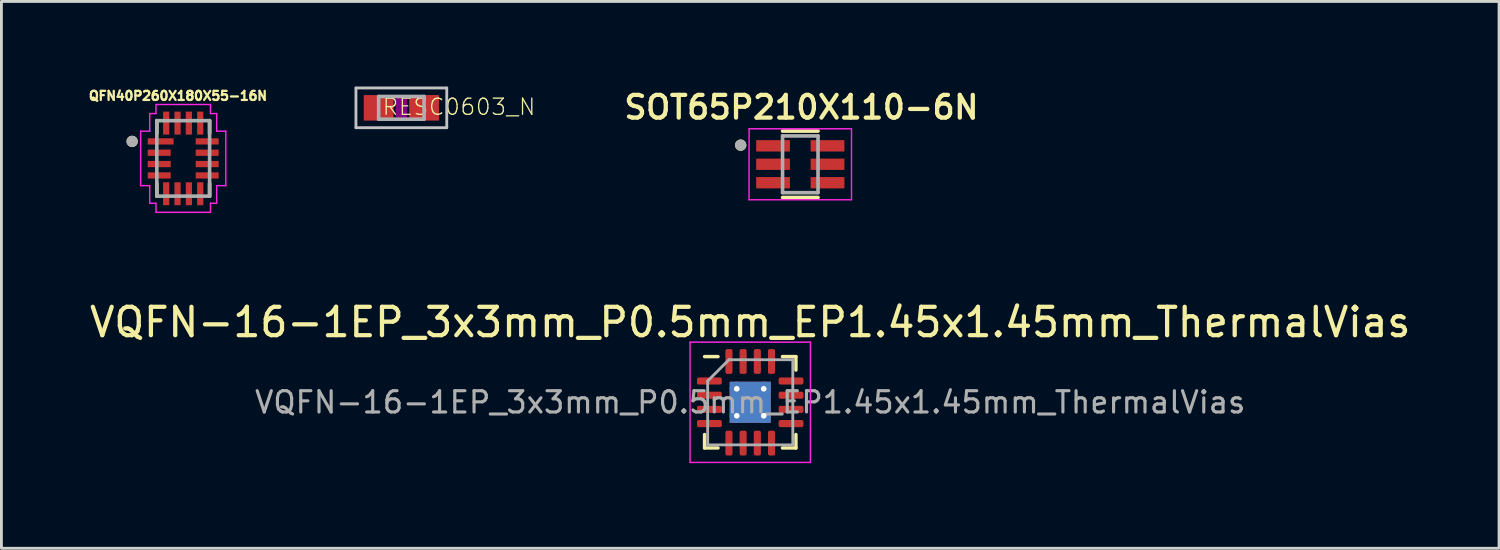
<source format=kicad_pcb>
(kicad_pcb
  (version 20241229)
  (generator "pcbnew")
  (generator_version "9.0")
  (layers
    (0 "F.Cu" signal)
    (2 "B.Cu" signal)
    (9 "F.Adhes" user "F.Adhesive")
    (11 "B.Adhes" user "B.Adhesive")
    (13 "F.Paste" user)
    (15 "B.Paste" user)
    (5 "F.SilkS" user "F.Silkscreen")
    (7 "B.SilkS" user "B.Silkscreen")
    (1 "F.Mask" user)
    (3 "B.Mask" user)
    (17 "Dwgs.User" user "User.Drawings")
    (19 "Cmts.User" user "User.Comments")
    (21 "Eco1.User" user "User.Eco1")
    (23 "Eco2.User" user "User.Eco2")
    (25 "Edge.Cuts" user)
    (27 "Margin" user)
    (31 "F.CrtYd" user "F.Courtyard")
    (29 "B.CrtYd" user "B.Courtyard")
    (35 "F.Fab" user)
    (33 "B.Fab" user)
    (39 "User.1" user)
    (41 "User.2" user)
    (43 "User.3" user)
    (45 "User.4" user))
  (footprint "SOT65P210X110-6N"
    (layer "F.Cu")
    (at 25.151 2.739)
    (property "Reference" "SOT65P210X110-6N" (at 0.04 -2.008 0) (layer "F.SilkS") (effects (font (size 0.8 0.8) (thickness 0.15))))
    (attr through_hole)
    (fp_line (start -0.625 -1.17) (end 0.625 -1.17) (stroke (width 0.127) (type solid)) (layer "F.SilkS"))
    (fp_line (start -0.625 1.17) (end 0.625 1.17) (stroke (width 0.127) (type solid)) (layer "F.SilkS"))
    (fp_circle (center -2.1 -0.675) (end -2 -0.675) (stroke (width 0.2) (type solid)) (fill no) (layer "F.SilkS"))
    (fp_line (start -1.805 -1.25) (end -1.805 1.25) (stroke (width 0.05) (type solid)) (layer "F.CrtYd"))
    (fp_line (start -1.805 1.25) (end 1.805 1.25) (stroke (width 0.05) (type solid)) (layer "F.CrtYd"))
    (fp_line (start 1.805 -1.25) (end -1.805 -1.25) (stroke (width 0.05) (type solid)) (layer "F.CrtYd"))
    (fp_line (start 1.805 1.25) (end 1.805 -1.25) (stroke (width 0.05) (type solid)) (layer "F.CrtYd"))
    (fp_line (start -0.625 -1) (end -0.625 1) (stroke (width 0.127) (type solid)) (layer "F.Fab"))
    (fp_line (start -0.625 1) (end 0.625 1) (stroke (width 0.127) (type solid)) (layer "F.Fab"))
    (fp_line (start 0.625 -1) (end -0.625 -1) (stroke (width 0.127) (type solid)) (layer "F.Fab"))
    (fp_line (start 0.625 1) (end 0.625 -1) (stroke (width 0.127) (type solid)) (layer "F.Fab"))
    (fp_circle (center -2.1 -0.675) (end -2 -0.675) (stroke (width 0.2) (type solid)) (fill no) (layer "F.Fab"))
    (pad "1" smd roundrect (at -0.96 -0.65) (size 1.19 0.4) (layers "F.Cu" "F.Mask" "F.Paste") (roundrect_rratio 0.05))
    (pad "2" smd roundrect (at -0.96 0) (size 1.19 0.4) (layers "F.Cu" "F.Mask" "F.Paste") (roundrect_rratio 0.05))
    (pad "3" smd roundrect (at -0.96 0.65) (size 1.19 0.4) (layers "F.Cu" "F.Mask" "F.Paste") (roundrect_rratio 0.05))
    (pad "4" smd roundrect (at 0.96 0.65) (size 1.19 0.4) (layers "F.Cu" "F.Mask" "F.Paste") (roundrect_rratio 0.05))
    (pad "5" smd roundrect (at 0.96 0) (size 1.19 0.4) (layers "F.Cu" "F.Mask" "F.Paste") (roundrect_rratio 0.05))
    (pad "6" smd roundrect (at 0.96 -0.65) (size 1.19 0.4) (layers "F.Cu" "F.Mask" "F.Paste") (roundrect_rratio 0.05)))
  (footprint "QFN40P260X180X55-16N"
    (layer "F.Cu")
    (at 3.406 2.532)
    (property "Reference" "QFN40P260X180X55-16N" (at -0.184 -2.205 0) (layer "F.SilkS") (effects (font (size 0.32 0.32) (thickness 0.15))))
    (attr smd)
    (fp_line (start -0.93 -1.33) (end -0.93 -0.88) (stroke (width 0.127) (type solid)) (layer "F.SilkS"))
    (fp_line (start -0.93 0.88) (end -0.93 1.33) (stroke (width 0.127) (type solid)) (layer "F.SilkS"))
    (fp_line (start 0.93 -1.33) (end 0.93 -0.88) (stroke (width 0.127) (type solid)) (layer "F.SilkS"))
    (fp_line (start 0.93 1.33) (end 0.93 0.88) (stroke (width 0.127) (type solid)) (layer "F.SilkS"))
    (fp_circle (center -1.8 -0.6) (end -1.7 -0.6) (stroke (width 0.2) (type solid)) (fill no) (layer "F.SilkS"))
    (fp_line (start -1.5 -0.96) (end -1.18 -0.96) (stroke (width 0.05) (type solid)) (layer "F.CrtYd"))
    (fp_line (start -1.5 0.96) (end -1.5 -0.96) (stroke (width 0.05) (type solid)) (layer "F.CrtYd"))
    (fp_line (start -1.5 0.96) (end -1.18 0.96) (stroke (width 0.05) (type solid)) (layer "F.CrtYd"))
    (fp_line (start -1.18 -1.58) (end -0.96 -1.58) (stroke (width 0.05) (type solid)) (layer "F.CrtYd"))
    (fp_line (start -1.18 -0.96) (end -1.18 -1.58) (stroke (width 0.05) (type solid)) (layer "F.CrtYd"))
    (fp_line (start -1.18 0.96) (end -1.18 1.58) (stroke (width 0.05) (type solid)) (layer "F.CrtYd"))
    (fp_line (start -0.96 -1.9) (end 0.96 -1.9) (stroke (width 0.05) (type solid)) (layer "F.CrtYd"))
    (fp_line (start -0.96 -1.58) (end -0.96 -1.9) (stroke (width 0.05) (type solid)) (layer "F.CrtYd"))
    (fp_line (start -0.96 1.58) (end -1.18 1.58) (stroke (width 0.05) (type solid)) (layer "F.CrtYd"))
    (fp_line (start -0.96 1.9) (end -0.96 1.58) (stroke (width 0.05) (type solid)) (layer "F.CrtYd"))
    (fp_line (start 0.96 -1.9) (end 0.96 -1.58) (stroke (width 0.05) (type solid)) (layer "F.CrtYd"))
    (fp_line (start 0.96 -1.58) (end 1.18 -1.58) (stroke (width 0.05) (type solid)) (layer "F.CrtYd"))
    (fp_line (start 0.96 1.58) (end 0.96 1.9) (stroke (width 0.05) (type solid)) (layer "F.CrtYd"))
    (fp_line (start 0.96 1.9) (end -0.96 1.9) (stroke (width 0.05) (type solid)) (layer "F.CrtYd"))
    (fp_line (start 1.18 -0.96) (end 1.18 -1.58) (stroke (width 0.05) (type solid)) (layer "F.CrtYd"))
    (fp_line (start 1.18 0.96) (end 1.18 1.58) (stroke (width 0.05) (type solid)) (layer "F.CrtYd"))
    (fp_line (start 1.18 1.58) (end 0.96 1.58) (stroke (width 0.05) (type solid)) (layer "F.CrtYd"))
    (fp_line (start 1.5 -0.96) (end 1.18 -0.96) (stroke (width 0.05) (type solid)) (layer "F.CrtYd"))
    (fp_line (start 1.5 -0.96) (end 1.5 0.96) (stroke (width 0.05) (type solid)) (layer "F.CrtYd"))
    (fp_line (start 1.5 0.96) (end 1.18 0.96) (stroke (width 0.05) (type solid)) (layer "F.CrtYd"))
    (fp_line (start -0.93 -1.33) (end 0.93 -1.33) (stroke (width 0.127) (type solid)) (layer "F.Fab"))
    (fp_line (start -0.93 1.33) (end -0.93 -1.33) (stroke (width 0.127) (type solid)) (layer "F.Fab"))
    (fp_line (start 0.93 -1.33) (end 0.93 1.33) (stroke (width 0.127) (type solid)) (layer "F.Fab"))
    (fp_line (start 0.93 1.33) (end -0.93 1.33) (stroke (width 0.127) (type solid)) (layer "F.Fab"))
    (fp_circle (center -1.8 -0.6) (end -1.7 -0.6) (stroke (width 0.2) (type solid)) (fill no) (layer "F.Fab"))
    (pad "1" smd roundrect (at -0.795 -0.6) (size 0.91 0.22) (layers "F.Cu" "F.Mask" "F.Paste") (roundrect_rratio 0.01))
    (pad "2" smd roundrect (at -0.845 -0.2) (size 0.81 0.22) (layers "F.Cu" "F.Mask" "F.Paste") (roundrect_rratio 0.01))
    (pad "3" smd roundrect (at -0.845 0.2) (size 0.81 0.22) (layers "F.Cu" "F.Mask" "F.Paste") (roundrect_rratio 0.01))
    (pad "4" smd roundrect (at -0.845 0.6) (size 0.81 0.22) (layers "F.Cu" "F.Mask" "F.Paste") (roundrect_rratio 0.01))
    (pad "5" smd roundrect (at -0.6 1.245 90) (size 0.81 0.22) (layers "F.Cu" "F.Mask" "F.Paste") (roundrect_rratio 0.01))
    (pad "6" smd roundrect (at -0.2 1.245 90) (size 0.81 0.22) (layers "F.Cu" "F.Mask" "F.Paste") (roundrect_rratio 0.01))
    (pad "7" smd roundrect (at 0.2 1.245 90) (size 0.81 0.22) (layers "F.Cu" "F.Mask" "F.Paste") (roundrect_rratio 0.01))
    (pad "8" smd roundrect (at 0.6 1.245 90) (size 0.81 0.22) (layers "F.Cu" "F.Mask" "F.Paste") (roundrect_rratio 0.01))
    (pad "9" smd roundrect (at 0.845 0.6 180) (size 0.81 0.22) (layers "F.Cu" "F.Mask" "F.Paste") (roundrect_rratio 0.01))
    (pad "10" smd roundrect (at 0.845 0.2 180) (size 0.81 0.22) (layers "F.Cu" "F.Mask" "F.Paste") (roundrect_rratio 0.01))
    (pad "11" smd roundrect (at 0.845 -0.2 180) (size 0.81 0.22) (layers "F.Cu" "F.Mask" "F.Paste") (roundrect_rratio 0.01))
    (pad "12" smd roundrect (at 0.845 -0.6 180) (size 0.81 0.22) (layers "F.Cu" "F.Mask" "F.Paste") (roundrect_rratio 0.01))
    (pad "13" smd roundrect (at 0.6 -1.245 270) (size 0.81 0.22) (layers "F.Cu" "F.Mask" "F.Paste") (roundrect_rratio 0.01))
    (pad "14" smd roundrect (at 0.2 -1.245 270) (size 0.81 0.22) (layers "F.Cu" "F.Mask" "F.Paste") (roundrect_rratio 0.01))
    (pad "15" smd roundrect (at -0.2 -1.245 270) (size 0.81 0.22) (layers "F.Cu" "F.Mask" "F.Paste") (roundrect_rratio 0.01))
    (pad "16" smd roundrect (at -0.6 -1.245 270) (size 0.81 0.22) (layers "F.Cu" "F.Mask" "F.Paste") (roundrect_rratio 0.01)))
  (footprint "VQFN-16-1EP_3x3mm_P0.5mm_EP1.45x1.45mm_ThermalVias"
    (layer "F.Cu")
    (at 23.387 11.126)
    (property "Reference" "VQFN-16-1EP_3x3mm_P0.5mm_EP1.45x1.45mm_ThermalVias" (at 0 -2.82 0) (layer "F.SilkS") (effects (font (size 1 1) (thickness 0.15))))
    (attr smd)
    (fp_line (start -1.61 1.61) (end -1.61 1.135) (stroke (width 0.12) (type solid)) (layer "F.SilkS"))
    (fp_line (start -1.135 -1.61) (end -1.61 -1.61) (stroke (width 0.12) (type solid)) (layer "F.SilkS"))
    (fp_line (start -1.135 1.61) (end -1.61 1.61) (stroke (width 0.12) (type solid)) (layer "F.SilkS"))
    (fp_line (start 1.135 -1.61) (end 1.61 -1.61) (stroke (width 0.12) (type solid)) (layer "F.SilkS"))
    (fp_line (start 1.135 1.61) (end 1.61 1.61) (stroke (width 0.12) (type solid)) (layer "F.SilkS"))
    (fp_line (start 1.61 -1.61) (end 1.61 -1.135) (stroke (width 0.12) (type solid)) (layer "F.SilkS"))
    (fp_line (start 1.61 1.61) (end 1.61 1.135) (stroke (width 0.12) (type solid)) (layer "F.SilkS"))
    (fp_line (start -2.12 -2.12) (end -2.12 2.12) (stroke (width 0.05) (type solid)) (layer "F.CrtYd"))
    (fp_line (start -2.12 2.12) (end 2.12 2.12) (stroke (width 0.05) (type solid)) (layer "F.CrtYd"))
    (fp_line (start 2.12 -2.12) (end -2.12 -2.12) (stroke (width 0.05) (type solid)) (layer "F.CrtYd"))
    (fp_line (start 2.12 2.12) (end 2.12 -2.12) (stroke (width 0.05) (type solid)) (layer "F.CrtYd"))
    (fp_line (start -1.5 -0.75) (end -0.75 -1.5) (stroke (width 0.1) (type solid)) (layer "F.Fab"))
    (fp_line (start -1.5 1.5) (end -1.5 -0.75) (stroke (width 0.1) (type solid)) (layer "F.Fab"))
    (fp_line (start -0.75 -1.5) (end 1.5 -1.5) (stroke (width 0.1) (type solid)) (layer "F.Fab"))
    (fp_line (start 1.5 -1.5) (end 1.5 1.5) (stroke (width 0.1) (type solid)) (layer "F.Fab"))
    (fp_line (start 1.5 1.5) (end -1.5 1.5) (stroke (width 0.1) (type solid)) (layer "F.Fab"))
    (fp_text user "${REFERENCE}" (at 0 0 0) (layer "F.Fab") (effects (font (size 0.75 0.75) (thickness 0.11))))
    (pad "" smd roundrect (at -0.36 -0.36) (size 0.63 0.63) (layers "F.Paste") (roundrect_rratio 0.25))
    (pad "" smd roundrect (at -0.36 0.36) (size 0.63 0.63) (layers "F.Paste") (roundrect_rratio 0.25))
    (pad "" smd roundrect (at 0.36 -0.36) (size 0.63 0.63) (layers "F.Paste") (roundrect_rratio 0.25))
    (pad "" smd roundrect (at 0.36 0.36) (size 0.63 0.63) (layers "F.Paste") (roundrect_rratio 0.25))
    (pad "1" smd roundrect (at -1.438 -0.75) (size 0.875 0.25) (layers "F.Cu" "F.Mask" "F.Paste") (roundrect_rratio 0.25))
    (pad "2" smd roundrect (at -1.438 -0.25) (size 0.875 0.25) (layers "F.Cu" "F.Mask" "F.Paste") (roundrect_rratio 0.25))
    (pad "3" smd roundrect (at -1.438 0.25) (size 0.875 0.25) (layers "F.Cu" "F.Mask" "F.Paste") (roundrect_rratio 0.25))
    (pad "4" smd roundrect (at -1.438 0.75) (size 0.875 0.25) (layers "F.Cu" "F.Mask" "F.Paste") (roundrect_rratio 0.25))
    (pad "5" smd roundrect (at -0.75 1.438) (size 0.25 0.875) (layers "F.Cu" "F.Mask" "F.Paste") (roundrect_rratio 0.25))
    (pad "6" smd roundrect (at -0.25 1.438) (size 0.25 0.875) (layers "F.Cu" "F.Mask" "F.Paste") (roundrect_rratio 0.25))
    (pad "7" smd roundrect (at 0.25 1.438) (size 0.25 0.875) (layers "F.Cu" "F.Mask" "F.Paste") (roundrect_rratio 0.25))
    (pad "8" smd roundrect (at 0.75 1.438) (size 0.25 0.875) (layers "F.Cu" "F.Mask" "F.Paste") (roundrect_rratio 0.25))
    (pad "9" smd roundrect (at 1.438 0.75) (size 0.875 0.25) (layers "F.Cu" "F.Mask" "F.Paste") (roundrect_rratio 0.25))
    (pad "10" smd roundrect (at 1.438 0.25) (size 0.875 0.25) (layers "F.Cu" "F.Mask" "F.Paste") (roundrect_rratio 0.25))
    (pad "11" smd roundrect (at 1.438 -0.25) (size 0.875 0.25) (layers "F.Cu" "F.Mask" "F.Paste") (roundrect_rratio 0.25))
    (pad "12" smd roundrect (at 1.438 -0.75) (size 0.875 0.25) (layers "F.Cu" "F.Mask" "F.Paste") (roundrect_rratio 0.25))
    (pad "13" smd roundrect (at 0.75 -1.438) (size 0.25 0.875) (layers "F.Cu" "F.Mask" "F.Paste") (roundrect_rratio 0.25))
    (pad "14" smd roundrect (at 0.25 -1.438) (size 0.25 0.875) (layers "F.Cu" "F.Mask" "F.Paste") (roundrect_rratio 0.25))
    (pad "15" smd roundrect (at -0.25 -1.438) (size 0.25 0.875) (layers "F.Cu" "F.Mask" "F.Paste") (roundrect_rratio 0.25))
    (pad "16" smd roundrect (at -0.75 -1.438) (size 0.25 0.875) (layers "F.Cu" "F.Mask" "F.Paste") (roundrect_rratio 0.25))
    (pad "17" thru_hole circle (at -0.475 -0.475) (size 0.5 0.5) (drill 0.2) (layers "*.Cu"))
    (pad "17" thru_hole circle (at -0.475 0.475) (size 0.5 0.5) (drill 0.2) (layers "*.Cu"))
    (pad "17" smd rect (at 0 0) (size 1.45 1.45) (layers "F.Cu" "F.Mask"))
    (pad "17" smd rect (at 0 0) (size 1.45 1.45) (layers "B.Cu"))
    (pad "17" thru_hole circle (at 0.475 -0.475) (size 0.5 0.5) (drill 0.2) (layers "*.Cu"))
    (pad "17" thru_hole circle (at 0.475 0.475) (size 0.5 0.5) (drill 0.2) (layers "*.Cu")))
  (footprint "RESC0603_N"
    (layer "F.Cu")
    (at 11.093 0.75)
    (property "Reference" "RESC0603_N" (at -0.7 0.3 0) (layer "F.SilkS") (effects (font (size 0.57 0.57) (thickness 0.046)) (justify left bottom)))
    (attr through_hole)
    (fp_poly (pts (xy -0.2 0.4) (xy 0.2 0.4) (xy 0.2 -0.4) (xy -0.2 -0.4)) (stroke (width 0) (type solid)) (fill yes) (layer "F.Adhes"))
    (fp_line (start -1.6 -0.7) (end -1.6 0.7) (stroke (width 0.1) (type solid)) (layer "Dwgs.User"))
    (fp_line (start -1.6 0.7) (end 1.6 0.7) (stroke (width 0.1) (type solid)) (layer "Dwgs.User"))
    (fp_line (start 1.6 -0.7) (end -1.6 -0.7) (stroke (width 0.1) (type solid)) (layer "Dwgs.User"))
    (fp_line (start 1.6 0.7) (end 1.6 -0.7) (stroke (width 0.1) (type solid)) (layer "Dwgs.User"))
    (fp_line (start -0.8 -0.4) (end 0.8 -0.4) (stroke (width 0.127) (type solid)) (layer "F.Fab"))
    (fp_line (start -0.8 0.4) (end -0.8 -0.4) (stroke (width 0.127) (type solid)) (layer "F.Fab"))
    (fp_line (start 0.8 -0.4) (end 0.8 0.4) (stroke (width 0.127) (type solid)) (layer "F.Fab"))
    (fp_line (start 0.8 0.4) (end -0.8 0.4) (stroke (width 0.127) (type solid)) (layer "F.Fab"))
    (pad "1" smd rect (at -0.8 0) (size 1.05 0.9) (layers "F.Cu" "F.Mask" "F.Paste"))
    (pad "2" smd rect (at 0.8 0) (size 1.05 0.9) (layers "F.Cu" "F.Mask" "F.Paste")))
  (gr_rect
    (start -3 -3)
    (end 49.774 16.271)
    (stroke (width 0.1) (type default))
    (fill no)
    (layer "Edge.Cuts")))
</source>
